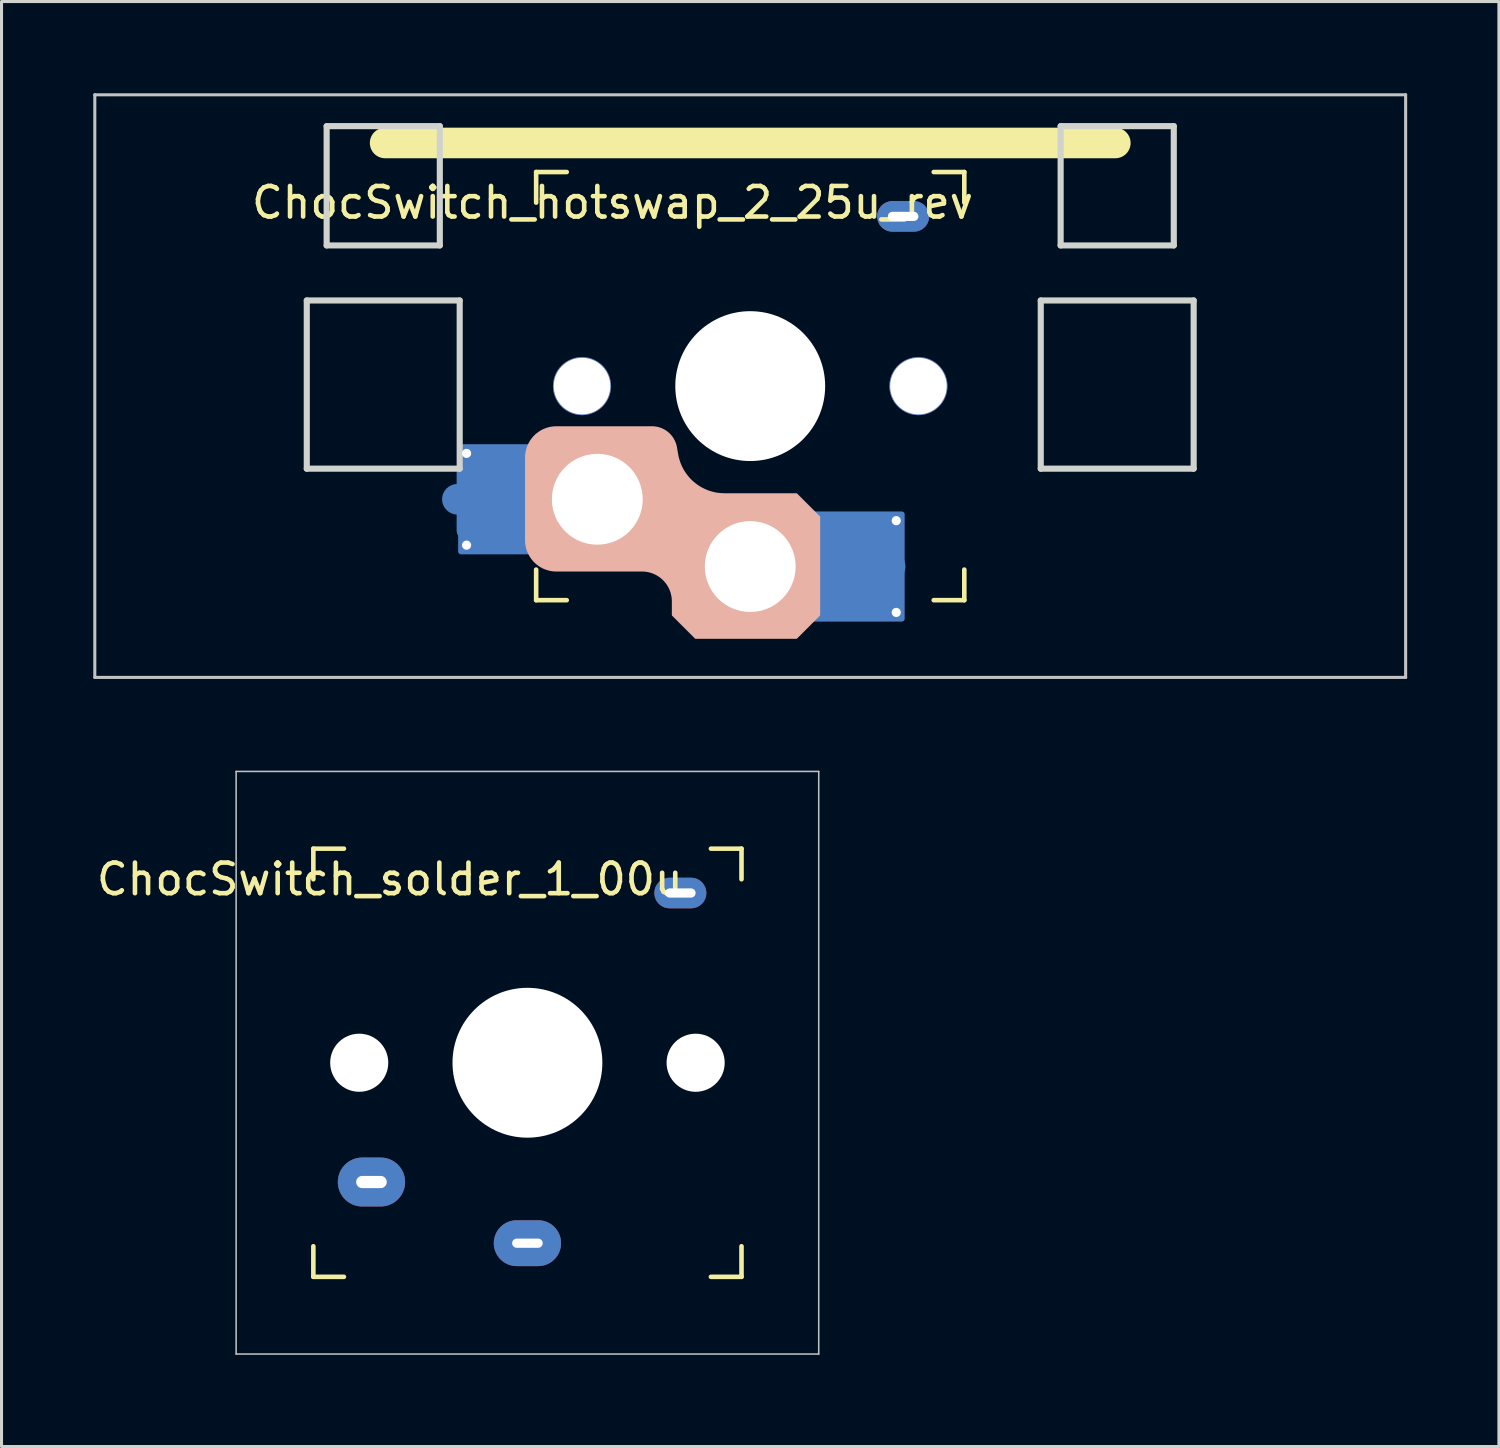
<source format=kicad_pcb>
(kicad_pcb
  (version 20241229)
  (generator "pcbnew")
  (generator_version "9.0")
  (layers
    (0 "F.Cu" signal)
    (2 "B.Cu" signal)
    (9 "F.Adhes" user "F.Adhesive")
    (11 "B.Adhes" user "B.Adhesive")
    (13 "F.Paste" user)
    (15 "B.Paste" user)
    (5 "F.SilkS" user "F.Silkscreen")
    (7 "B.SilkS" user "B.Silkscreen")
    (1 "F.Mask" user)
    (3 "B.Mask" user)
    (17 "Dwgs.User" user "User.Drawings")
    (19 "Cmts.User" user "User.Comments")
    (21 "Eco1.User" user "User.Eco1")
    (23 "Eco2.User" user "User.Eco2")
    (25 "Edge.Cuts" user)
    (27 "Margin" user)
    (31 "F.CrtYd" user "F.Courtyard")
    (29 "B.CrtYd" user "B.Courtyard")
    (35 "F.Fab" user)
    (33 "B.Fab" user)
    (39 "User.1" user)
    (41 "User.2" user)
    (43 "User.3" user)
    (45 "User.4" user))
  (footprint "ChocSwitch_solder_1_00u"
    (layer "F.Cu")
    (at 14.196 31.7)
    (property "Reference" "ChocSwitch_solder_1_00u" (at -4.5 -6 0) (layer "F.SilkS") (effects (font (size 1 1) (thickness 0.15))))
    (attr through_hole)
    (fp_line (start -7 -7) (end -7 -6) (stroke (width 0.15) (type solid)) (layer "F.SilkS"))
    (fp_line (start -7 -7) (end -6 -7) (stroke (width 0.15) (type solid)) (layer "F.SilkS"))
    (fp_line (start -7 7) (end -7 6) (stroke (width 0.15) (type solid)) (layer "F.SilkS"))
    (fp_line (start -6 7) (end -7 7) (stroke (width 0.15) (type solid)) (layer "F.SilkS"))
    (fp_line (start 6 -7) (end 7 -7) (stroke (width 0.15) (type solid)) (layer "F.SilkS"))
    (fp_line (start 7 -7) (end 7 -6) (stroke (width 0.15) (type solid)) (layer "F.SilkS"))
    (fp_line (start 7 6) (end 7 7) (stroke (width 0.15) (type solid)) (layer "F.SilkS"))
    (fp_line (start 7 7) (end 6 7) (stroke (width 0.15) (type solid)) (layer "F.SilkS"))
    (fp_line (start -9.525 -9.525) (end 9.525 -9.525) (stroke (width 0.05) (type solid)) (layer "Dwgs.User"))
    (fp_line (start -9.525 9.525) (end -9.525 -9.525) (stroke (width 0.05) (type solid)) (layer "Dwgs.User"))
    (fp_line (start 9.525 -9.525) (end 9.525 9.525) (stroke (width 0.05) (type solid)) (layer "Dwgs.User"))
    (fp_line (start 9.525 9.525) (end -9.525 9.525) (stroke (width 0.05) (type solid)) (layer "Dwgs.User"))
    (fp_line (start -7 -7) (end 7 -7) (stroke (width 0.1) (type solid)) (layer "Eco1.User"))
    (fp_line (start -7 -7) (end 7 -7) (stroke (width 0.1) (type solid)) (layer "Eco1.User"))
    (fp_line (start -7 7) (end -7 -7) (stroke (width 0.1) (type solid)) (layer "Eco1.User"))
    (fp_line (start -7 7) (end -7 -7) (stroke (width 0.1) (type solid)) (layer "Eco1.User"))
    (fp_line (start -7 7) (end 7 7) (stroke (width 0.1) (type solid)) (layer "Eco1.User"))
    (fp_line (start 7 -7) (end 7 7) (stroke (width 0.1) (type solid)) (layer "Eco1.User"))
    (fp_line (start 7 7) (end -7 7) (stroke (width 0.1) (type solid)) (layer "Eco1.User"))
    (fp_line (start 7 7) (end 7 -7) (stroke (width 0.1) (type solid)) (layer "Eco1.User"))
    (fp_rect (start -1.75 -3.25) (end 1.75 -6.35) (stroke (width 0.1) (type solid)) (fill no) (layer "Eco1.User"))
    (fp_line (start 0 0) (end 0 -4.8) (stroke (width 0.05) (type solid)) (layer "Eco2.User"))
    (fp_line (start 0 0) (end 8.262 0) (stroke (width 0.05) (type solid)) (layer "Eco2.User"))
    (pad "" np_thru_hole circle (at -5.5 0) (size 1.9 1.9) (drill 1.9) (layers "*.Cu" "*.Mask"))
    (pad "" np_thru_hole circle (at 0 0 90) (size 4.9 4.9) (drill 4.9) (layers "*.Cu" "*.Mask"))
    (pad "" thru_hole oval (at 5 -5.55) (size 1.7 1) (drill oval 1 0.3) (layers "*.Cu" "*.Mask"))
    (pad "" np_thru_hole circle (at 5.5 0) (size 1.9 1.9) (drill 1.9) (layers "*.Cu" "*.Mask"))
    (pad "1" thru_hole oval (at 0 5.9 180) (size 2.2 1.5) (drill oval 1 0.3) (layers "*.Cu" "*.Mask"))
    (pad "2" thru_hole oval (at -5.1 3.9) (size 2.2 1.6) (drill oval 1 0.4) (layers "*.Cu" "*.Mask")))
  (footprint "ChocSwitch_hotswap_2_25u_rev"
    (layer "F.Cu")
    (at 21.481 9.575)
    (property "Reference" "ChocSwitch_hotswap_2_25u_rev" (at -4.5 -6 0) (unlocked yes) (layer "F.SilkS") (effects (font (size 1 1) (thickness 0.15))))
    (attr smd)
    (fp_line (start -7 -7) (end -6 -7) (stroke (width 0.15) (type solid)) (layer "F.SilkS"))
    (fp_line (start -7 -6) (end -7 -7) (stroke (width 0.15) (type solid)) (layer "F.SilkS"))
    (fp_line (start -7 7) (end -7 6) (stroke (width 0.15) (type solid)) (layer "F.SilkS"))
    (fp_line (start -6 7) (end -7 7) (stroke (width 0.15) (type solid)) (layer "F.SilkS"))
    (fp_line (start 6 7) (end 7 7) (stroke (width 0.15) (type solid)) (layer "F.SilkS"))
    (fp_line (start 7 -7) (end 6 -7) (stroke (width 0.15) (type solid)) (layer "F.SilkS"))
    (fp_line (start 7 -6) (end 7 -7) (stroke (width 0.15) (type solid)) (layer "F.SilkS"))
    (fp_line (start 7 7) (end 7 6) (stroke (width 0.15) (type solid)) (layer "F.SilkS"))
    (fp_line (start 11.938 -7.95) (end -11.938 -7.95) (stroke (width 1) (type solid)) (layer "F.SilkS"))
    (fp_line (start -9.525 9.525) (end -9.525 9.525) (stroke (width 0.071) (type solid)) (layer "B.SilkS"))
    (fp_line (start 9.525 9.525) (end 9.525 9.525) (stroke (width 0.071) (type solid)) (layer "B.SilkS"))
    (fp_poly (pts (xy -3.176 1.338) (xy -3.14 1.341) (xy -3.104 1.345) (xy -3.069 1.35) (xy -3.034 1.357) (xy -3 1.366) (xy -2.967 1.376) (xy -2.934 1.387) (xy -2.901 1.4) (xy -2.87 1.414) (xy -2.839 1.43) (xy -2.808 1.446) (xy -2.779 1.464) (xy -2.75 1.484) (xy -2.723 1.504) (xy -2.696 1.526) (xy -2.67 1.548) (xy -2.645 1.572) (xy -2.621 1.597) (xy -2.598 1.623) (xy -2.577 1.65) (xy -2.556 1.677) (xy -2.537 1.706) (xy -2.519 1.736) (xy -2.502 1.766) (xy -2.486 1.798) (xy -2.472 1.83) (xy -2.459 1.863) (xy -2.447 1.896) (xy -2.437 1.931) (xy -2.428 1.966) (xy -2.421 2.001) (xy -2.38 2.238) (xy -2.366 2.308) (xy -2.349 2.376) (xy -2.329 2.442) (xy -2.307 2.508) (xy -2.281 2.572) (xy -2.254 2.634) (xy -2.223 2.695) (xy -2.19 2.755) (xy -2.155 2.812) (xy -2.117 2.868) (xy -2.077 2.922) (xy -2.035 2.974) (xy -1.991 3.025) (xy -1.944 3.073) (xy -1.896 3.119) (xy -1.846 3.163) (xy -1.793 3.205) (xy -1.739 3.245) (xy -1.684 3.282) (xy -1.627 3.317) (xy -1.568 3.349) (xy -1.508 3.379) (xy -1.446 3.407) (xy -1.383 3.432) (xy -1.319 3.454) (xy -1.254 3.473) (xy -1.188 3.49) (xy -1.12 3.504) (xy -1.052 3.514) (xy -0.983 3.522) (xy -0.913 3.527) (xy -0.842 3.528) (xy 1.512 3.528) (xy 2.262 4.278) (xy 2.262 7.488) (xy 1.512 8.238) (xy -1.788 8.238) (xy -2.538 7.488) (xy -2.538 7.038) (xy -2.539 6.988) (xy -2.543 6.939) (xy -2.549 6.89) (xy -2.558 6.842) (xy -2.568 6.794) (xy -2.581 6.747) (xy -2.597 6.7) (xy -2.614 6.655) (xy -2.634 6.61) (xy -2.656 6.567) (xy -2.68 6.524) (xy -2.706 6.483) (xy -2.734 6.443) (xy -2.765 6.404) (xy -2.797 6.366) (xy -2.831 6.331) (xy -2.867 6.296) (xy -2.905 6.264) (xy -2.943 6.234) (xy -2.983 6.206) (xy -3.025 6.179) (xy -3.067 6.155) (xy -3.111 6.134) (xy -3.156 6.114) (xy -3.201 6.096) (xy -3.247 6.081) (xy -3.294 6.068) (xy -3.342 6.057) (xy -3.391 6.049) (xy -3.439 6.043) (xy -3.489 6.039) (xy -3.538 6.038) (xy -6.338 6.038) (xy -6.388 6.036) (xy -6.437 6.033) (xy -6.486 6.027) (xy -6.534 6.018) (xy -6.582 6.007) (xy -6.629 5.994) (xy -6.675 5.979) (xy -6.721 5.962) (xy -6.766 5.942) (xy -6.809 5.92) (xy -6.852 5.896) (xy -6.893 5.87) (xy -6.933 5.841) (xy -6.972 5.811) (xy -7.009 5.779) (xy -7.045 5.745) (xy -7.08 5.709) (xy -7.112 5.671) (xy -7.142 5.633) (xy -7.17 5.592) (xy -7.196 5.551) (xy -7.22 5.509) (xy -7.242 5.465) (xy -7.262 5.42) (xy -7.28 5.375) (xy -7.295 5.329) (xy -7.308 5.281) (xy -7.319 5.234) (xy -7.327 5.185) (xy -7.333 5.137) (xy -7.337 5.087) (xy -7.338 5.038) (xy -7.338 2.338) (xy -7.337 2.288) (xy -7.333 2.239) (xy -7.327 2.19) (xy -7.319 2.142) (xy -7.308 2.094) (xy -7.295 2.047) (xy -7.28 2) (xy -7.262 1.955) (xy -7.242 1.91) (xy -7.22 1.867) (xy -7.196 1.824) (xy -7.17 1.783) (xy -7.142 1.743) (xy -7.112 1.704) (xy -7.08 1.666) (xy -7.045 1.63) (xy -7.009 1.596) (xy -6.972 1.564) (xy -6.933 1.534) (xy -6.893 1.506) (xy -6.852 1.48) (xy -6.809 1.455) (xy -6.766 1.434) (xy -6.721 1.414) (xy -6.675 1.396) (xy -6.629 1.381) (xy -6.582 1.368) (xy -6.534 1.357) (xy -6.486 1.349) (xy -6.437 1.342) (xy -6.388 1.339) (xy -6.338 1.338) (xy -3.212 1.338)) (stroke (width 0.05) (type solid)) (fill yes) (layer "B.SilkS"))
    (fp_line (start -21.431 -9.525) (end 21.431 -9.525) (stroke (width 0.1) (type solid)) (layer "Dwgs.User"))
    (fp_line (start -21.431 9.525) (end -21.431 -9.525) (stroke (width 0.1) (type solid)) (layer "Dwgs.User"))
    (fp_line (start 21.431 -9.525) (end 21.431 9.525) (stroke (width 0.1) (type solid)) (layer "Dwgs.User"))
    (fp_line (start 21.431 9.525) (end -21.431 9.525) (stroke (width 0.1) (type solid)) (layer "Dwgs.User"))
    (fp_line (start -7 -7) (end 7 -7) (stroke (width 0.1) (type solid)) (layer "Eco1.User"))
    (fp_line (start -7 7) (end -7 -7) (stroke (width 0.1) (type solid)) (layer "Eco1.User"))
    (fp_line (start 7 -7) (end 7 7) (stroke (width 0.1) (type solid)) (layer "Eco1.User"))
    (fp_line (start 7 7) (end -7 7) (stroke (width 0.1) (type solid)) (layer "Eco1.User"))
    (fp_rect (start -1.75 -3.25) (end 1.75 -6.35) (stroke (width 0.1) (type solid)) (fill no) (layer "Eco1.User"))
    (fp_line (start 0 0) (end 0 -5) (stroke (width 0.05) (type solid)) (layer "Eco2.User"))
    (fp_line (start 0 0) (end 8.262 0) (stroke (width 0.05) (type solid)) (layer "Eco2.User"))
    (fp_line (start -14.5 -2.8) (end -9.5 -2.8) (stroke (width 0.2) (type solid)) (layer "Edge.Cuts"))
    (fp_line (start -14.5 2.7) (end -14.5 -2.8) (stroke (width 0.2) (type solid)) (layer "Edge.Cuts"))
    (fp_line (start -13.85 -8.5) (end -10.15 -8.5) (stroke (width 0.2) (type solid)) (layer "Edge.Cuts"))
    (fp_line (start -13.85 -4.6) (end -13.85 -8.5) (stroke (width 0.2) (type solid)) (layer "Edge.Cuts"))
    (fp_line (start -10.15 -8.5) (end -10.15 -4.6) (stroke (width 0.2) (type solid)) (layer "Edge.Cuts"))
    (fp_line (start -10.15 -4.6) (end -13.85 -4.6) (stroke (width 0.2) (type solid)) (layer "Edge.Cuts"))
    (fp_line (start -9.5 -2.8) (end -9.5 2.7) (stroke (width 0.2) (type solid)) (layer "Edge.Cuts"))
    (fp_line (start -9.5 2.7) (end -14.5 2.7) (stroke (width 0.2) (type solid)) (layer "Edge.Cuts"))
    (fp_line (start 9.5 -2.8) (end 9.5 2.7) (stroke (width 0.2) (type solid)) (layer "Edge.Cuts"))
    (fp_line (start 9.5 2.7) (end 14.5 2.7) (stroke (width 0.2) (type solid)) (layer "Edge.Cuts"))
    (fp_line (start 10.15 -8.5) (end 10.15 -4.6) (stroke (width 0.2) (type solid)) (layer "Edge.Cuts"))
    (fp_line (start 10.15 -4.6) (end 13.85 -4.6) (stroke (width 0.2) (type solid)) (layer "Edge.Cuts"))
    (fp_line (start 13.85 -8.5) (end 10.15 -8.5) (stroke (width 0.2) (type solid)) (layer "Edge.Cuts"))
    (fp_line (start 13.85 -8.5) (end 13.85 -4.6) (stroke (width 0.2) (type solid)) (layer "Edge.Cuts"))
    (fp_line (start 14.5 -2.8) (end 9.5 -2.8) (stroke (width 0.2) (type solid)) (layer "Edge.Cuts"))
    (fp_line (start 14.5 2.7) (end 14.5 -2.8) (stroke (width 0.2) (type solid)) (layer "Edge.Cuts"))
    (pad "" np_thru_hole circle (at -5.5 0 90) (size 1.9 1.9) (drill 1.85) (layers "*.Cu" "*.Mask"))
    (pad "" np_thru_hole circle (at -5 3.7 90) (size 3 3) (drill 2.97) (layers "*.Cu" "*.Mask"))
    (pad "" np_thru_hole circle (at 0 0 90) (size 4.9 4.9) (drill 4.9) (layers "*.Cu" "*.Mask"))
    (pad "" np_thru_hole circle (at 0 5.9 90) (size 2.97 2.97) (drill 2.97) (layers "*.Cu" "*.Mask"))
    (pad "" thru_hole oval (at 5 -5.55) (size 1.7 1) (drill oval 1 0.3) (layers "*.Cu" "*.Mask"))
    (pad "" np_thru_hole circle (at 5.5 0 90) (size 1.9 1.9) (drill 1.85) (layers "*.Cu" "*.Mask"))
    (pad "1" smd roundrect (at 3.3 5.9) (size 2.6 2.6) (layers "B.Cu" "B.Mask" "B.Paste") (roundrect_rratio 0.1))
    (pad "1" smd roundrect (at 3.5 5.9) (size 3.1 3.6) (layers "B.Cu") (roundrect_rratio 0.029))
    (pad "1" smd circle (at 4.575 5.9 180) (size 1 1) (layers "B.Cu" "B.Mask" "B.Paste"))
    (pad "1" thru_hole circle (at 4.775 4.4 180) (size 0.5 0.5) (drill 0.3) (layers "*.Cu" "F.Mask"))
    (pad "1" thru_hole circle (at 4.775 7.4 180) (size 0.5 0.5) (drill 0.3) (layers "*.Cu" "F.Mask"))
    (pad "2" smd circle (at -9.575 3.7) (size 1 1) (layers "B.Cu" "B.Mask" "B.Paste"))
    (pad "2" thru_hole circle (at -9.275 2.2) (size 0.5 0.5) (drill 0.3) (layers "*.Cu" "F.Mask"))
    (pad "2" thru_hole circle (at -9.275 5.2) (size 0.5 0.5) (drill 0.3) (layers "*.Cu" "F.Mask"))
    (pad "2" smd roundrect (at -8.3 3.7 180) (size 2.6 2.6) (layers "B.Cu" "B.Mask" "B.Paste") (roundrect_rratio 0.1))
    (pad "2" smd roundrect (at -8 3.7 180) (size 3.1 3.6) (layers "B.Cu") (roundrect_rratio 0.029)))
  (gr_rect
    (start -3 -3)
    (end 45.962 44.25)
    (stroke (width 0.1) (type default))
    (fill no)
    (layer "Edge.Cuts")))
</source>
